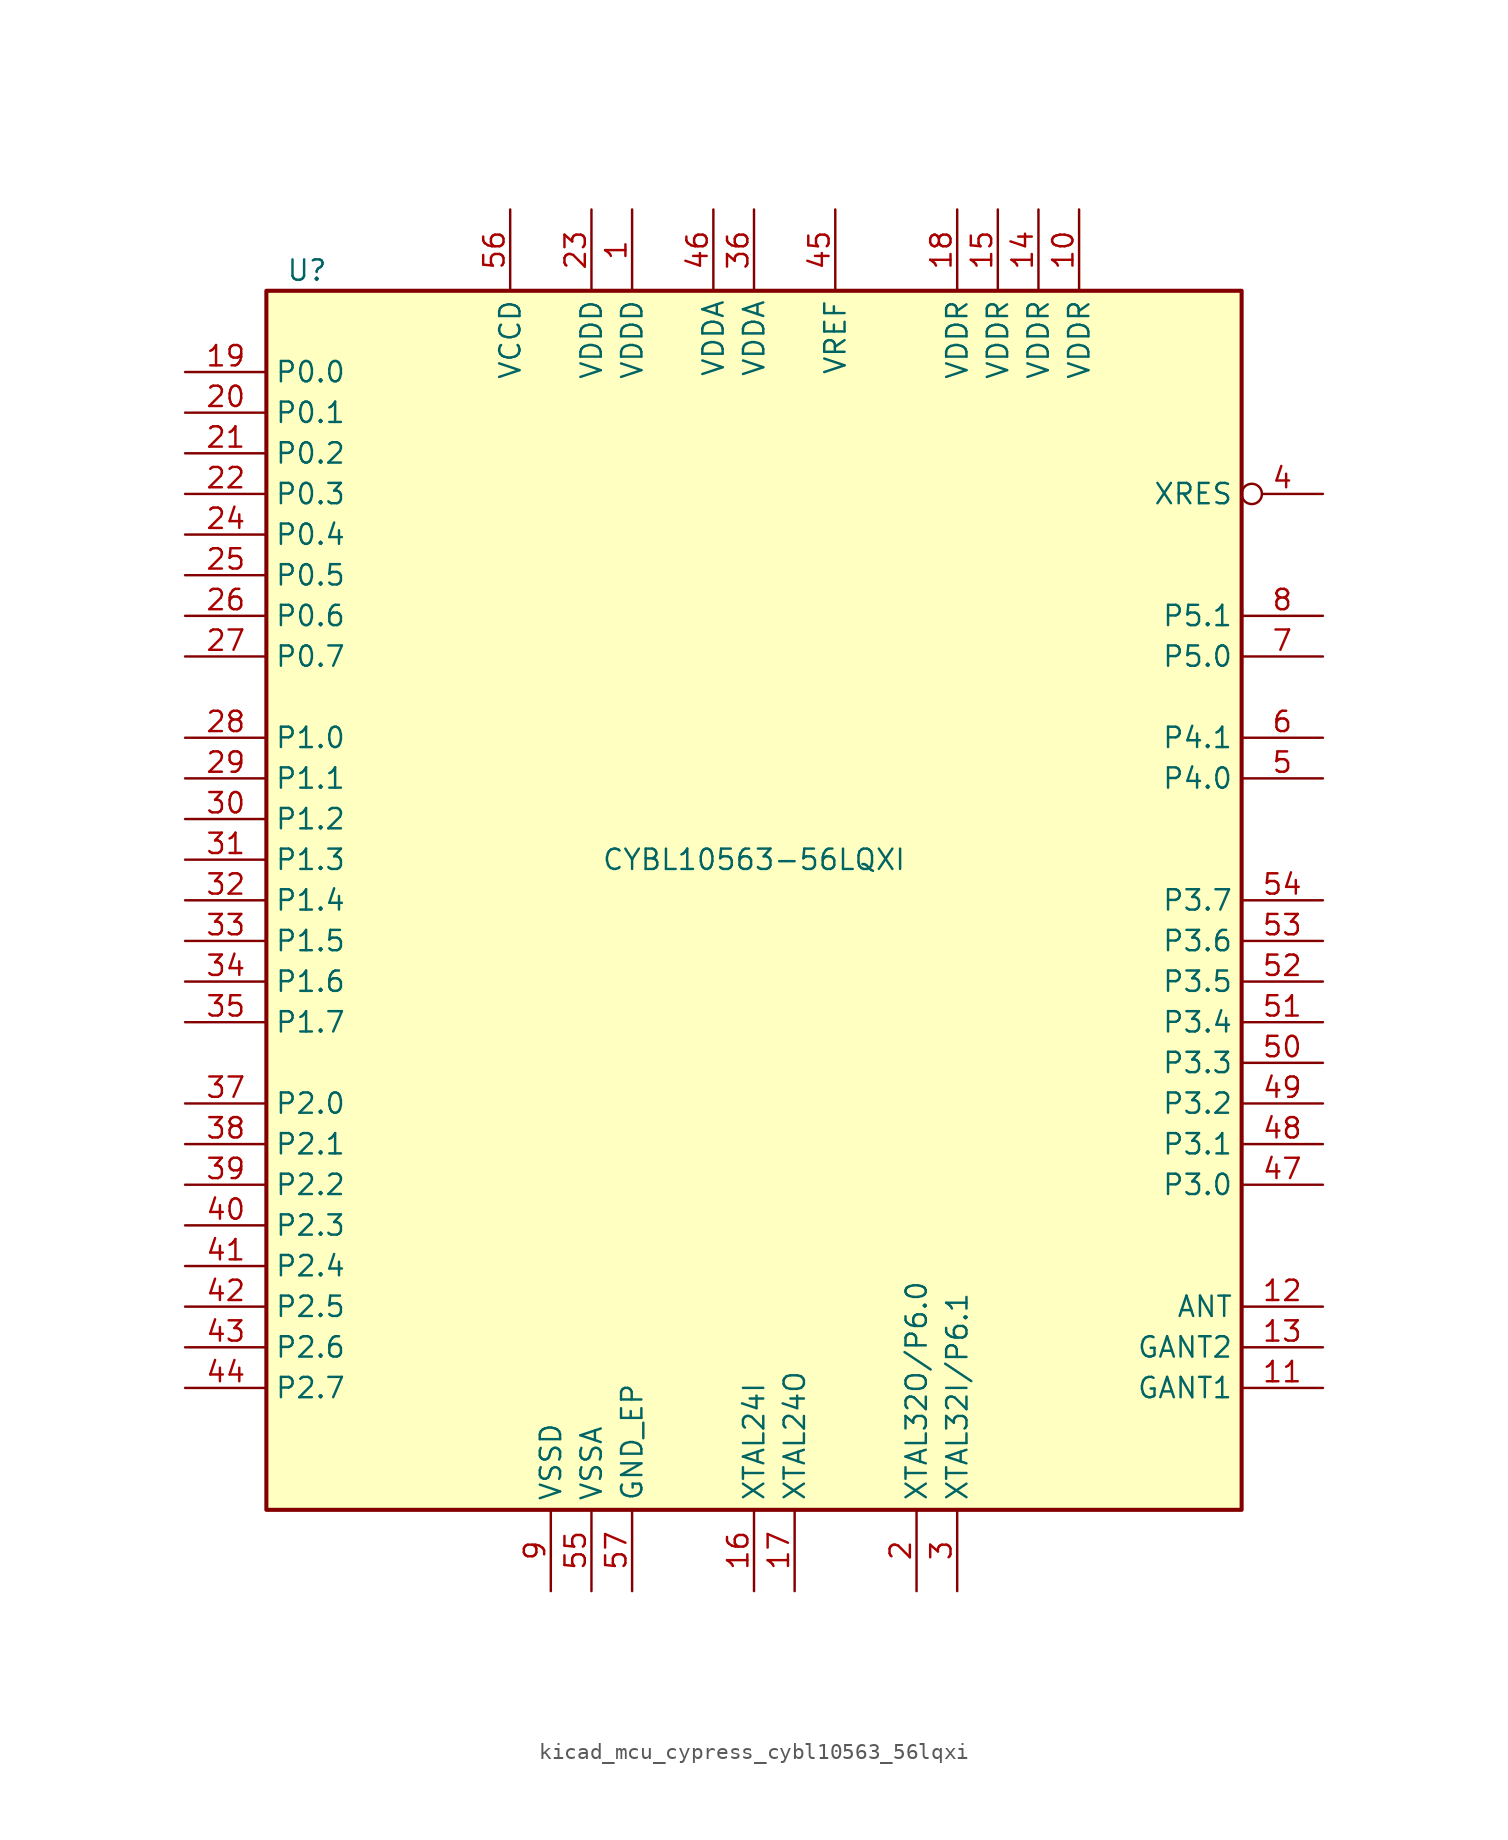
<source format=kicad_sym>
(kicad_symbol_lib
  (version 20220914)
  (generator kicad_symbol_editor)
  (symbol "kicad_mcu_cypress_cybl10563_56lqxi"
    (property "Reference" "U"
      (at -27.94 39.37 0)
      (effects (font (size 1.27 1.27))))
    (property "Value" "CYBL10563-56LQXI"
      (at 0 2.54 0)
      (effects (font (size 1.27 1.27))))
    (symbol "kicad_mcu_cypress_cybl10563_56lqxi_1_0"
      (rectangle (start -30.48 -38.1) (end 30.48 38.1) (stroke (width 0.254) (type default)) (fill (type background))))
    (symbol "kicad_mcu_cypress_cybl10563_56lqxi_1_1"
      (pin power_in line (at -7.62 43.18 270) (length 5.08) (name "VDDD" (effects (font (size 1.27 1.27)))) (number "1" (effects (font (size 1.27 1.27)))))
      (pin power_in line (at 20.32 43.18 270) (length 5.08) (name "VDDR" (effects (font (size 1.27 1.27)))) (number "10" (effects (font (size 1.27 1.27)))))
      (pin power_in line (at 35.56 -30.48 180) (length 5.08) (name "GANT1" (effects (font (size 1.27 1.27)))) (number "11" (effects (font (size 1.27 1.27)))))
      (pin output line (at 35.56 -25.4 180) (length 5.08) (name "ANT" (effects (font (size 1.27 1.27)))) (number "12" (effects (font (size 1.27 1.27)))))
      (pin power_in line (at 35.56 -27.94 180) (length 5.08) (name "GANT2" (effects (font (size 1.27 1.27)))) (number "13" (effects (font (size 1.27 1.27)))))
      (pin power_in line (at 17.78 43.18 270) (length 5.08) (name "VDDR" (effects (font (size 1.27 1.27)))) (number "14" (effects (font (size 1.27 1.27)))))
      (pin power_in line (at 15.24 43.18 270) (length 5.08) (name "VDDR" (effects (font (size 1.27 1.27)))) (number "15" (effects (font (size 1.27 1.27)))))
      (pin input line (at 0 -43.18 90) (length 5.08) (name "XTAL24I" (effects (font (size 1.27 1.27)))) (number "16" (effects (font (size 1.27 1.27)))))
      (pin output line (at 2.54 -43.18 90) (length 5.08) (name "XTAL24O" (effects (font (size 1.27 1.27)))) (number "17" (effects (font (size 1.27 1.27)))))
      (pin power_in line (at 12.7 43.18 270) (length 5.08) (name "VDDR" (effects (font (size 1.27 1.27)))) (number "18" (effects (font (size 1.27 1.27)))))
      (pin bidirectional line (at -35.56 33.02 0) (length 5.08) (name "P0.0" (effects (font (size 1.27 1.27)))) (number "19" (effects (font (size 1.27 1.27)))))
      (pin bidirectional line (at 10.16 -43.18 90) (length 5.08) (name "XTAL32O/P6.0" (effects (font (size 1.27 1.27)))) (number "2" (effects (font (size 1.27 1.27)))))
      (pin bidirectional line (at -35.56 30.48 0) (length 5.08) (name "P0.1" (effects (font (size 1.27 1.27)))) (number "20" (effects (font (size 1.27 1.27)))))
      (pin bidirectional line (at -35.56 27.94 0) (length 5.08) (name "P0.2" (effects (font (size 1.27 1.27)))) (number "21" (effects (font (size 1.27 1.27)))))
      (pin bidirectional line (at -35.56 25.4 0) (length 5.08) (name "P0.3" (effects (font (size 1.27 1.27)))) (number "22" (effects (font (size 1.27 1.27)))))
      (pin power_in line (at -10.16 43.18 270) (length 5.08) (name "VDDD" (effects (font (size 1.27 1.27)))) (number "23" (effects (font (size 1.27 1.27)))))
      (pin bidirectional line (at -35.56 22.86 0) (length 5.08) (name "P0.4" (effects (font (size 1.27 1.27)))) (number "24" (effects (font (size 1.27 1.27)))))
      (pin bidirectional line (at -35.56 20.32 0) (length 5.08) (name "P0.5" (effects (font (size 1.27 1.27)))) (number "25" (effects (font (size 1.27 1.27)))))
      (pin bidirectional line (at -35.56 17.78 0) (length 5.08) (name "P0.6" (effects (font (size 1.27 1.27)))) (number "26" (effects (font (size 1.27 1.27)))))
      (pin bidirectional line (at -35.56 15.24 0) (length 5.08) (name "P0.7" (effects (font (size 1.27 1.27)))) (number "27" (effects (font (size 1.27 1.27)))))
      (pin bidirectional line (at -35.56 10.16 0) (length 5.08) (name "P1.0" (effects (font (size 1.27 1.27)))) (number "28" (effects (font (size 1.27 1.27)))))
      (pin bidirectional line (at -35.56 7.62 0) (length 5.08) (name "P1.1" (effects (font (size 1.27 1.27)))) (number "29" (effects (font (size 1.27 1.27)))))
      (pin bidirectional line (at 12.7 -43.18 90) (length 5.08) (name "XTAL32I/P6.1" (effects (font (size 1.27 1.27)))) (number "3" (effects (font (size 1.27 1.27)))))
      (pin bidirectional line (at -35.56 5.08 0) (length 5.08) (name "P1.2" (effects (font (size 1.27 1.27)))) (number "30" (effects (font (size 1.27 1.27)))))
      (pin bidirectional line (at -35.56 2.54 0) (length 5.08) (name "P1.3" (effects (font (size 1.27 1.27)))) (number "31" (effects (font (size 1.27 1.27)))))
      (pin bidirectional line (at -35.56 0 0) (length 5.08) (name "P1.4" (effects (font (size 1.27 1.27)))) (number "32" (effects (font (size 1.27 1.27)))))
      (pin bidirectional line (at -35.56 -2.54 0) (length 5.08) (name "P1.5" (effects (font (size 1.27 1.27)))) (number "33" (effects (font (size 1.27 1.27)))))
      (pin bidirectional line (at -35.56 -5.08 0) (length 5.08) (name "P1.6" (effects (font (size 1.27 1.27)))) (number "34" (effects (font (size 1.27 1.27)))))
      (pin bidirectional line (at -35.56 -7.62 0) (length 5.08) (name "P1.7" (effects (font (size 1.27 1.27)))) (number "35" (effects (font (size 1.27 1.27)))))
      (pin power_in line (at 0 43.18 270) (length 5.08) (name "VDDA" (effects (font (size 1.27 1.27)))) (number "36" (effects (font (size 1.27 1.27)))))
      (pin bidirectional line (at -35.56 -12.7 0) (length 5.08) (name "P2.0" (effects (font (size 1.27 1.27)))) (number "37" (effects (font (size 1.27 1.27)))))
      (pin bidirectional line (at -35.56 -15.24 0) (length 5.08) (name "P2.1" (effects (font (size 1.27 1.27)))) (number "38" (effects (font (size 1.27 1.27)))))
      (pin bidirectional line (at -35.56 -17.78 0) (length 5.08) (name "P2.2" (effects (font (size 1.27 1.27)))) (number "39" (effects (font (size 1.27 1.27)))))
      (pin input inverted (at 35.56 25.4 180) (length 5.08) (name "XRES" (effects (font (size 1.27 1.27)))) (number "4" (effects (font (size 1.27 1.27)))))
      (pin bidirectional line (at -35.56 -20.32 0) (length 5.08) (name "P2.3" (effects (font (size 1.27 1.27)))) (number "40" (effects (font (size 1.27 1.27)))))
      (pin bidirectional line (at -35.56 -22.86 0) (length 5.08) (name "P2.4" (effects (font (size 1.27 1.27)))) (number "41" (effects (font (size 1.27 1.27)))))
      (pin bidirectional line (at -35.56 -25.4 0) (length 5.08) (name "P2.5" (effects (font (size 1.27 1.27)))) (number "42" (effects (font (size 1.27 1.27)))))
      (pin bidirectional line (at -35.56 -27.94 0) (length 5.08) (name "P2.6" (effects (font (size 1.27 1.27)))) (number "43" (effects (font (size 1.27 1.27)))))
      (pin bidirectional line (at -35.56 -30.48 0) (length 5.08) (name "P2.7" (effects (font (size 1.27 1.27)))) (number "44" (effects (font (size 1.27 1.27)))))
      (pin passive line (at 5.08 43.18 270) (length 5.08) (name "VREF" (effects (font (size 1.27 1.27)))) (number "45" (effects (font (size 1.27 1.27)))))
      (pin power_in line (at -2.54 43.18 270) (length 5.08) (name "VDDA" (effects (font (size 1.27 1.27)))) (number "46" (effects (font (size 1.27 1.27)))))
      (pin bidirectional line (at 35.56 -17.78 180) (length 5.08) (name "P3.0" (effects (font (size 1.27 1.27)))) (number "47" (effects (font (size 1.27 1.27)))))
      (pin bidirectional line (at 35.56 -15.24 180) (length 5.08) (name "P3.1" (effects (font (size 1.27 1.27)))) (number "48" (effects (font (size 1.27 1.27)))))
      (pin bidirectional line (at 35.56 -12.7 180) (length 5.08) (name "P3.2" (effects (font (size 1.27 1.27)))) (number "49" (effects (font (size 1.27 1.27)))))
      (pin bidirectional line (at 35.56 7.62 180) (length 5.08) (name "P4.0" (effects (font (size 1.27 1.27)))) (number "5" (effects (font (size 1.27 1.27)))))
      (pin bidirectional line (at 35.56 -10.16 180) (length 5.08) (name "P3.3" (effects (font (size 1.27 1.27)))) (number "50" (effects (font (size 1.27 1.27)))))
      (pin bidirectional line (at 35.56 -7.62 180) (length 5.08) (name "P3.4" (effects (font (size 1.27 1.27)))) (number "51" (effects (font (size 1.27 1.27)))))
      (pin bidirectional line (at 35.56 -5.08 180) (length 5.08) (name "P3.5" (effects (font (size 1.27 1.27)))) (number "52" (effects (font (size 1.27 1.27)))))
      (pin bidirectional line (at 35.56 -2.54 180) (length 5.08) (name "P3.6" (effects (font (size 1.27 1.27)))) (number "53" (effects (font (size 1.27 1.27)))))
      (pin bidirectional line (at 35.56 0 180) (length 5.08) (name "P3.7" (effects (font (size 1.27 1.27)))) (number "54" (effects (font (size 1.27 1.27)))))
      (pin power_in line (at -10.16 -43.18 90) (length 5.08) (name "VSSA" (effects (font (size 1.27 1.27)))) (number "55" (effects (font (size 1.27 1.27)))))
      (pin power_out line (at -15.24 43.18 270) (length 5.08) (name "VCCD" (effects (font (size 1.27 1.27)))) (number "56" (effects (font (size 1.27 1.27)))))
      (pin power_in line (at -7.62 -43.18 90) (length 5.08) (name "GND_EP" (effects (font (size 1.27 1.27)))) (number "57" (effects (font (size 1.27 1.27)))))
      (pin bidirectional line (at 35.56 10.16 180) (length 5.08) (name "P4.1" (effects (font (size 1.27 1.27)))) (number "6" (effects (font (size 1.27 1.27)))))
      (pin bidirectional line (at 35.56 15.24 180) (length 5.08) (name "P5.0" (effects (font (size 1.27 1.27)))) (number "7" (effects (font (size 1.27 1.27)))))
      (pin bidirectional line (at 35.56 17.78 180) (length 5.08) (name "P5.1" (effects (font (size 1.27 1.27)))) (number "8" (effects (font (size 1.27 1.27)))))
      (pin power_in line (at -12.7 -43.18 90) (length 5.08) (name "VSSD" (effects (font (size 1.27 1.27)))) (number "9" (effects (font (size 1.27 1.27))))))))
</source>
